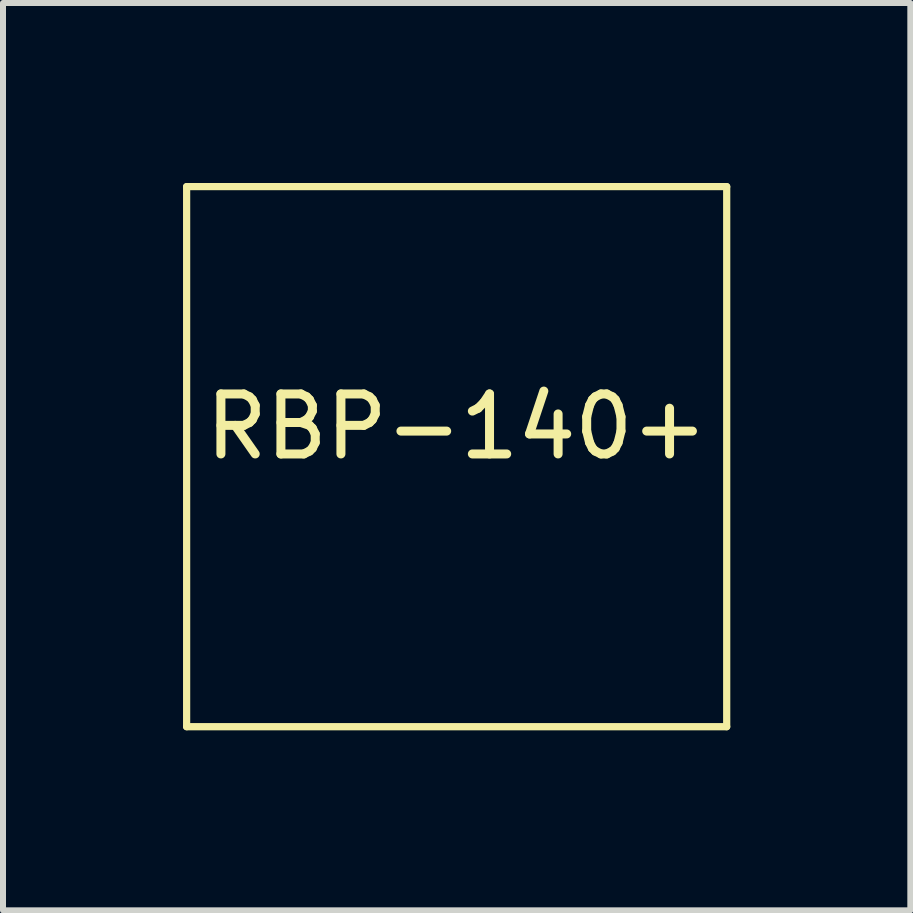
<source format=kicad_pcb>
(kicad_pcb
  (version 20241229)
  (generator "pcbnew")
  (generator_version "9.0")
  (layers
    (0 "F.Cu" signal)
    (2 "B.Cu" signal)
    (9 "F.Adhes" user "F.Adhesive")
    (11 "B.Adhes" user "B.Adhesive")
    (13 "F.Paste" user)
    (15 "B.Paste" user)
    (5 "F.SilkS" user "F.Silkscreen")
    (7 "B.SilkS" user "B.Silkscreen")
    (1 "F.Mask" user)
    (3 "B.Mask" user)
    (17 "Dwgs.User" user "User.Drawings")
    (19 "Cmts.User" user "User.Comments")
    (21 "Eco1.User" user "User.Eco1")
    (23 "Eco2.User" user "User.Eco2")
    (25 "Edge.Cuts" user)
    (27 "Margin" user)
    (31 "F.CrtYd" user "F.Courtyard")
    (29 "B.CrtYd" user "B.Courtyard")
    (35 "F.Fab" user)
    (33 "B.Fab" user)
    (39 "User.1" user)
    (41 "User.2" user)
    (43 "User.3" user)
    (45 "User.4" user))
  (footprint "RBP-140+"
    (layer "F.Cu")
    (at 4.56 4.56)
    (property "Reference" "RBP-140+" (at 0 -0.5 0) (unlocked yes) (layer "F.SilkS") (effects (font (size 1 1) (thickness 0.15))))
    (attr smd)
    (fp_line (start -4.5 -4.5) (end -4.5 4.5) (stroke (width 0.12) (type solid)) (layer "F.SilkS"))
    (fp_line (start -4.5 4.5) (end 4.5 4.5) (stroke (width 0.12) (type solid)) (layer "F.SilkS"))
    (fp_line (start 4.5 -4.5) (end -4.5 -4.5) (stroke (width 0.12) (type solid)) (layer "F.SilkS"))
    (fp_line (start 4.5 4.5) (end 4.5 -4.5) (stroke (width 0.12) (type solid)) (layer "F.SilkS")))
  (gr_rect
    (start -3 -3)
    (end 12.12 12.12)
    (stroke (width 0.1) (type default))
    (fill no)
    (layer "Edge.Cuts")))
</source>
